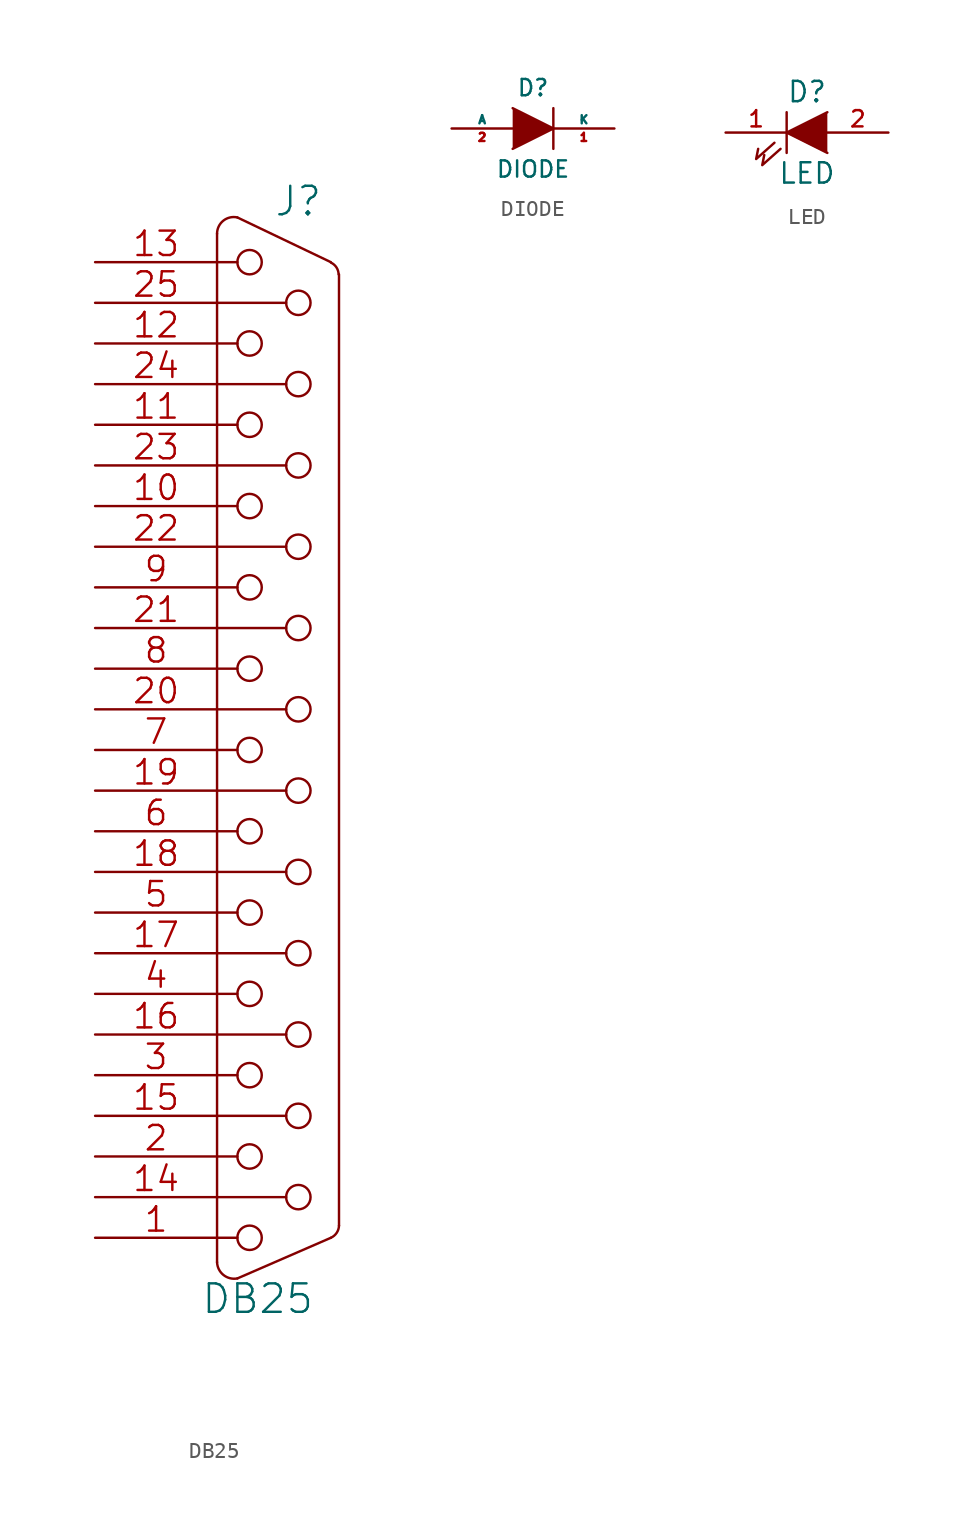
<source format=kicad_sym>
(kicad_symbol_lib
  (version 20201005)
  (generator kicad_symbol_editor)
  (symbol "carte_test_schlib:DB25"
    (pin_names
      (offset 1.016) hide)
    (property "Reference" "J"
      (at 1.27 34.29 0)
      (effects (font (size 1.778 1.778))))
    (property "Value" "DB25"
      (at -1.27 -34.29 0)
      (effects (font (size 1.778 1.778))))
    (property "Footprint" ""
      (at 0 0 0)
      (effects (font (size 1.524 1.524))))
    (property "Datasheet" ""
      (at 0 0 0)
      (effects (font (size 1.524 1.524))))
    (symbol "DB25_0_1"
      (arc (start -3.81 32.258) (end -2.54 33.274) (radius (at -2.7686 32.258) (length 1.0414) (angles 179.9 77.4)) (stroke (width 0)) (fill (type none)))
      (arc (start -3.81 -32.004) (end -2.54 -33.02) (radius (at -2.7432 -31.9786) (length 1.0668) (angles -178.7 -78.8)) (stroke (width 0)) (fill (type none)))
      (arc (start 3.302 -30.48) (end 3.81 -29.718) (radius (at 2.9464 -29.6926) (length 0.8636) (angles -65.7 -1.5)) (stroke (width 0)) (fill (type none)))
      (arc (start 3.302 30.4546) (end 3.7846 29.718) (radius (at 2.9718 29.718) (length 0.8128) (angles 66.4 0.1)) (stroke (width 0)) (fill (type none)))
      (circle (center -1.778 -30.48) (radius 0.762) (stroke (width 0)) (fill (type none)))
      (circle (center -1.778 -25.4) (radius 0.762) (stroke (width 0)) (fill (type none)))
      (circle (center -1.778 -20.32) (radius 0.762) (stroke (width 0)) (fill (type none)))
      (circle (center -1.778 -15.24) (radius 0.762) (stroke (width 0)) (fill (type none)))
      (circle (center -1.778 -10.16) (radius 0.762) (stroke (width 0)) (fill (type none)))
      (circle (center -1.778 -5.08) (radius 0.762) (stroke (width 0)) (fill (type none)))
      (circle (center -1.778 0) (radius 0.762) (stroke (width 0)) (fill (type none)))
      (circle (center -1.778 5.08) (radius 0.762) (stroke (width 0)) (fill (type none)))
      (circle (center -1.778 10.16) (radius 0.762) (stroke (width 0)) (fill (type none)))
      (circle (center -1.778 15.24) (radius 0.762) (stroke (width 0)) (fill (type none)))
      (circle (center -1.778 20.32) (radius 0.762) (stroke (width 0)) (fill (type none)))
      (circle (center -1.778 25.4) (radius 0.762) (stroke (width 0)) (fill (type none)))
      (circle (center -1.778 30.48) (radius 0.762) (stroke (width 0)) (fill (type none)))
      (circle (center 1.27 -27.94) (radius 0.762) (stroke (width 0)) (fill (type none)))
      (circle (center 1.27 -22.86) (radius 0.762) (stroke (width 0)) (fill (type none)))
      (circle (center 1.27 -17.78) (radius 0.762) (stroke (width 0)) (fill (type none)))
      (circle (center 1.27 -12.7) (radius 0.762) (stroke (width 0)) (fill (type none)))
      (circle (center 1.27 -7.62) (radius 0.762) (stroke (width 0)) (fill (type none)))
      (circle (center 1.27 -2.54) (radius 0.762) (stroke (width 0)) (fill (type none)))
      (circle (center 1.27 2.54) (radius 0.762) (stroke (width 0)) (fill (type none)))
      (circle (center 1.27 7.62) (radius 0.762) (stroke (width 0)) (fill (type none)))
      (circle (center 1.27 12.7) (radius 0.762) (stroke (width 0)) (fill (type none)))
      (circle (center 1.27 17.78) (radius 0.762) (stroke (width 0)) (fill (type none)))
      (circle (center 1.27 22.86) (radius 0.762) (stroke (width 0)) (fill (type none)))
      (circle (center 1.27 27.94) (radius 0.762) (stroke (width 0)) (fill (type none)))
      (polyline (pts (xy -3.81 -32.004) (xy -3.81 32.258)) (stroke (width 0)) (fill (type none)))
      (polyline (pts (xy -3.81 -30.48) (xy -2.54 -30.48)) (stroke (width 0)) (fill (type none)))
      (polyline (pts (xy -3.81 -27.94) (xy 0.508 -27.94)) (stroke (width 0)) (fill (type none)))
      (polyline (pts (xy -3.81 -25.4) (xy -2.54 -25.4)) (stroke (width 0)) (fill (type none)))
      (polyline (pts (xy -3.81 -22.86) (xy 0.508 -22.86)) (stroke (width 0)) (fill (type none)))
      (polyline (pts (xy -3.81 -20.32) (xy -2.54 -20.32)) (stroke (width 0)) (fill (type none)))
      (polyline (pts (xy -3.81 -17.78) (xy 0.508 -17.78)) (stroke (width 0)) (fill (type none)))
      (polyline (pts (xy -3.81 -15.24) (xy -2.54 -15.24)) (stroke (width 0)) (fill (type none)))
      (polyline (pts (xy -3.81 -12.7) (xy 0.508 -12.7)) (stroke (width 0)) (fill (type none)))
      (polyline (pts (xy -3.81 -10.16) (xy -2.54 -10.16)) (stroke (width 0)) (fill (type none)))
      (polyline (pts (xy -3.81 -7.62) (xy 0.508 -7.62)) (stroke (width 0)) (fill (type none)))
      (polyline (pts (xy -3.81 -5.08) (xy -2.54 -5.08)) (stroke (width 0)) (fill (type none)))
      (polyline (pts (xy -3.81 -2.54) (xy 0.508 -2.54)) (stroke (width 0)) (fill (type none)))
      (polyline (pts (xy -3.81 0) (xy -2.54 0)) (stroke (width 0)) (fill (type none)))
      (polyline (pts (xy -3.81 2.54) (xy 0.508 2.54)) (stroke (width 0)) (fill (type none)))
      (polyline (pts (xy -3.81 5.08) (xy -2.54 5.08)) (stroke (width 0)) (fill (type none)))
      (polyline (pts (xy -3.81 7.62) (xy 0.508 7.62)) (stroke (width 0)) (fill (type none)))
      (polyline (pts (xy -3.81 10.16) (xy -2.54 10.16)) (stroke (width 0)) (fill (type none)))
      (polyline (pts (xy -3.81 12.7) (xy 0.508 12.7)) (stroke (width 0)) (fill (type none)))
      (polyline (pts (xy -3.81 15.24) (xy -2.54 15.24)) (stroke (width 0)) (fill (type none)))
      (polyline (pts (xy -3.81 17.78) (xy 0.508 17.78)) (stroke (width 0)) (fill (type none)))
      (polyline (pts (xy -3.81 20.32) (xy -2.54 20.32)) (stroke (width 0)) (fill (type none)))
      (polyline (pts (xy -3.81 22.86) (xy 0.508 22.86)) (stroke (width 0)) (fill (type none)))
      (polyline (pts (xy -3.81 25.4) (xy -2.54 25.4)) (stroke (width 0)) (fill (type none)))
      (polyline (pts (xy -3.81 27.94) (xy 0.508 27.94)) (stroke (width 0)) (fill (type none)))
      (polyline (pts (xy -3.81 30.48) (xy -2.54 30.48)) (stroke (width 0)) (fill (type none)))
      (polyline (pts (xy -2.54 -33.02) (xy 3.302 -30.48)) (stroke (width 0)) (fill (type none)))
      (polyline (pts (xy 3.302 30.48) (xy -2.54 33.274)) (stroke (width 0)) (fill (type none)))
      (polyline (pts (xy 3.81 -29.718) (xy 3.81 29.718)) (stroke (width 0)) (fill (type none))))
    (symbol "DB25_1_1"
      (pin passive line (at -11.43 -30.48 0) (length 7.62) (name "1" (effects (font (size 1.524 1.524)))) (number "1" (effects (font (size 1.524 1.524)))))
      (pin passive line (at -11.43 15.24 0) (length 7.62) (name "10" (effects (font (size 1.524 1.524)))) (number "10" (effects (font (size 1.524 1.524)))))
      (pin passive line (at -11.43 20.32 0) (length 7.62) (name "11" (effects (font (size 1.524 1.524)))) (number "11" (effects (font (size 1.524 1.524)))))
      (pin passive line (at -11.43 25.4 0) (length 7.62) (name "12" (effects (font (size 1.524 1.524)))) (number "12" (effects (font (size 1.524 1.524)))))
      (pin passive line (at -11.43 30.48 0) (length 7.62) (name "13" (effects (font (size 1.524 1.524)))) (number "13" (effects (font (size 1.524 1.524)))))
      (pin passive line (at -11.43 -27.94 0) (length 7.62) (name "P14" (effects (font (size 1.524 1.524)))) (number "14" (effects (font (size 1.524 1.524)))))
      (pin passive line (at -11.43 -22.86 0) (length 7.62) (name "P15" (effects (font (size 1.524 1.524)))) (number "15" (effects (font (size 1.524 1.524)))))
      (pin passive line (at -11.43 -17.78 0) (length 7.62) (name "P16" (effects (font (size 1.524 1.524)))) (number "16" (effects (font (size 1.524 1.524)))))
      (pin passive line (at -11.43 -12.7 0) (length 7.62) (name "P17" (effects (font (size 1.524 1.524)))) (number "17" (effects (font (size 1.524 1.524)))))
      (pin passive line (at -11.43 -7.62 0) (length 7.62) (name "P18" (effects (font (size 1.524 1.524)))) (number "18" (effects (font (size 1.524 1.524)))))
      (pin passive line (at -11.43 -2.54 0) (length 7.62) (name "P19" (effects (font (size 1.524 1.524)))) (number "19" (effects (font (size 1.524 1.524)))))
      (pin passive line (at -11.43 -25.4 0) (length 7.62) (name "2" (effects (font (size 1.524 1.524)))) (number "2" (effects (font (size 1.524 1.524)))))
      (pin passive line (at -11.43 2.54 0) (length 7.62) (name "P20" (effects (font (size 1.524 1.524)))) (number "20" (effects (font (size 1.524 1.524)))))
      (pin passive line (at -11.43 7.62 0) (length 7.62) (name "P21" (effects (font (size 1.524 1.524)))) (number "21" (effects (font (size 1.524 1.524)))))
      (pin passive line (at -11.43 12.7 0) (length 7.62) (name "P22" (effects (font (size 1.524 1.524)))) (number "22" (effects (font (size 1.524 1.524)))))
      (pin passive line (at -11.43 17.78 0) (length 7.62) (name "P23" (effects (font (size 1.524 1.524)))) (number "23" (effects (font (size 1.524 1.524)))))
      (pin passive line (at -11.43 22.86 0) (length 7.62) (name "P24" (effects (font (size 1.524 1.524)))) (number "24" (effects (font (size 1.524 1.524)))))
      (pin passive line (at -11.43 27.94 0) (length 7.62) (name "P25" (effects (font (size 1.524 1.524)))) (number "25" (effects (font (size 1.524 1.524)))))
      (pin passive line (at -11.43 -20.32 0) (length 7.62) (name "3" (effects (font (size 1.524 1.524)))) (number "3" (effects (font (size 1.524 1.524)))))
      (pin passive line (at -11.43 -15.24 0) (length 7.62) (name "4" (effects (font (size 1.524 1.524)))) (number "4" (effects (font (size 1.524 1.524)))))
      (pin passive line (at -11.43 -10.16 0) (length 7.62) (name "5" (effects (font (size 1.524 1.524)))) (number "5" (effects (font (size 1.524 1.524)))))
      (pin passive line (at -11.43 -5.08 0) (length 7.62) (name "6" (effects (font (size 1.524 1.524)))) (number "6" (effects (font (size 1.524 1.524)))))
      (pin passive line (at -11.43 0 0) (length 7.62) (name "7" (effects (font (size 1.524 1.524)))) (number "7" (effects (font (size 1.524 1.524)))))
      (pin passive line (at -11.43 5.08 0) (length 7.62) (name "8" (effects (font (size 1.524 1.524)))) (number "8" (effects (font (size 1.524 1.524)))))
      (pin passive line (at -11.43 10.16 0) (length 7.62) (name "9" (effects (font (size 1.524 1.524)))) (number "9" (effects (font (size 1.524 1.524)))))))
  (symbol "carte_test_schlib:DIODE"
    (pin_names
      (offset 0))
    (property "Reference" "D"
      (at 0 2.54 0)
      (effects (font (size 1.016 1.016))))
    (property "Value" "DIODE"
      (at 0 -2.54 0)
      (effects (font (size 1.016 1.016))))
    (property "Footprint" ""
      (at 0 0 0)
      (effects (font (size 1.524 1.524))))
    (property "Datasheet" ""
      (at 0 0 0)
      (effects (font (size 1.524 1.524))))
    (symbol "DIODE_0_1"
      (polyline (pts (xy 1.27 1.27) (xy 1.27 -1.27)) (stroke (width 0.152)) (fill (type none)))
      (polyline (pts (xy -1.27 1.27) (xy 1.27 0) (xy -1.27 -1.27)) (stroke (width 0)) (fill (type outline))))
    (symbol "DIODE_1_1"
      (pin passive line (at 5.08 0 180) (length 3.81) (name "K" (effects (font (size 0.508 0.508)))) (number "1" (effects (font (size 0.508 0.508)))))
      (pin passive line (at -5.08 0 0) (length 3.81) (name "A" (effects (font (size 0.508 0.508)))) (number "2" (effects (font (size 0.508 0.508)))))))
  (symbol "carte_test_schlib:LED"
    (pin_names
      (offset 1.016) hide)
    (property "Reference" "D"
      (at 0 2.54 0)
      (effects (font (size 1.27 1.27))))
    (property "Value" "LED"
      (at 0 -2.54 0)
      (effects (font (size 1.27 1.27))))
    (property "Footprint" ""
      (at 0 0 0)
      (effects (font (size 1.524 1.524))))
    (property "Datasheet" ""
      (at 0 0 0)
      (effects (font (size 1.524 1.524))))
    (symbol "LED_0_1"
      (polyline (pts (xy -1.27 1.27) (xy -1.27 -1.27)) (stroke (width 0)) (fill (type none)))
      (polyline (pts (xy -2.032 -0.635) (xy -3.175 -1.651) (xy -3.048 -1.016)) (stroke (width 0)) (fill (type none)))
      (polyline (pts (xy -1.651 -1.016) (xy -2.794 -2.032) (xy -2.667 -1.397)) (stroke (width 0)) (fill (type none)))
      (polyline (pts (xy 1.27 1.27) (xy -1.27 0) (xy 1.27 -1.27)) (stroke (width 0)) (fill (type outline))))
    (symbol "LED_1_1"
      (pin passive line (at -5.08 0 0) (length 3.81) (name "K" (effects (font (size 1.016 1.016)))) (number "1" (effects (font (size 1.016 1.016)))))
      (pin passive line (at 5.08 0 180) (length 3.81) (name "A" (effects (font (size 1.016 1.016)))) (number "2" (effects (font (size 1.016 1.016))))))))
</source>
